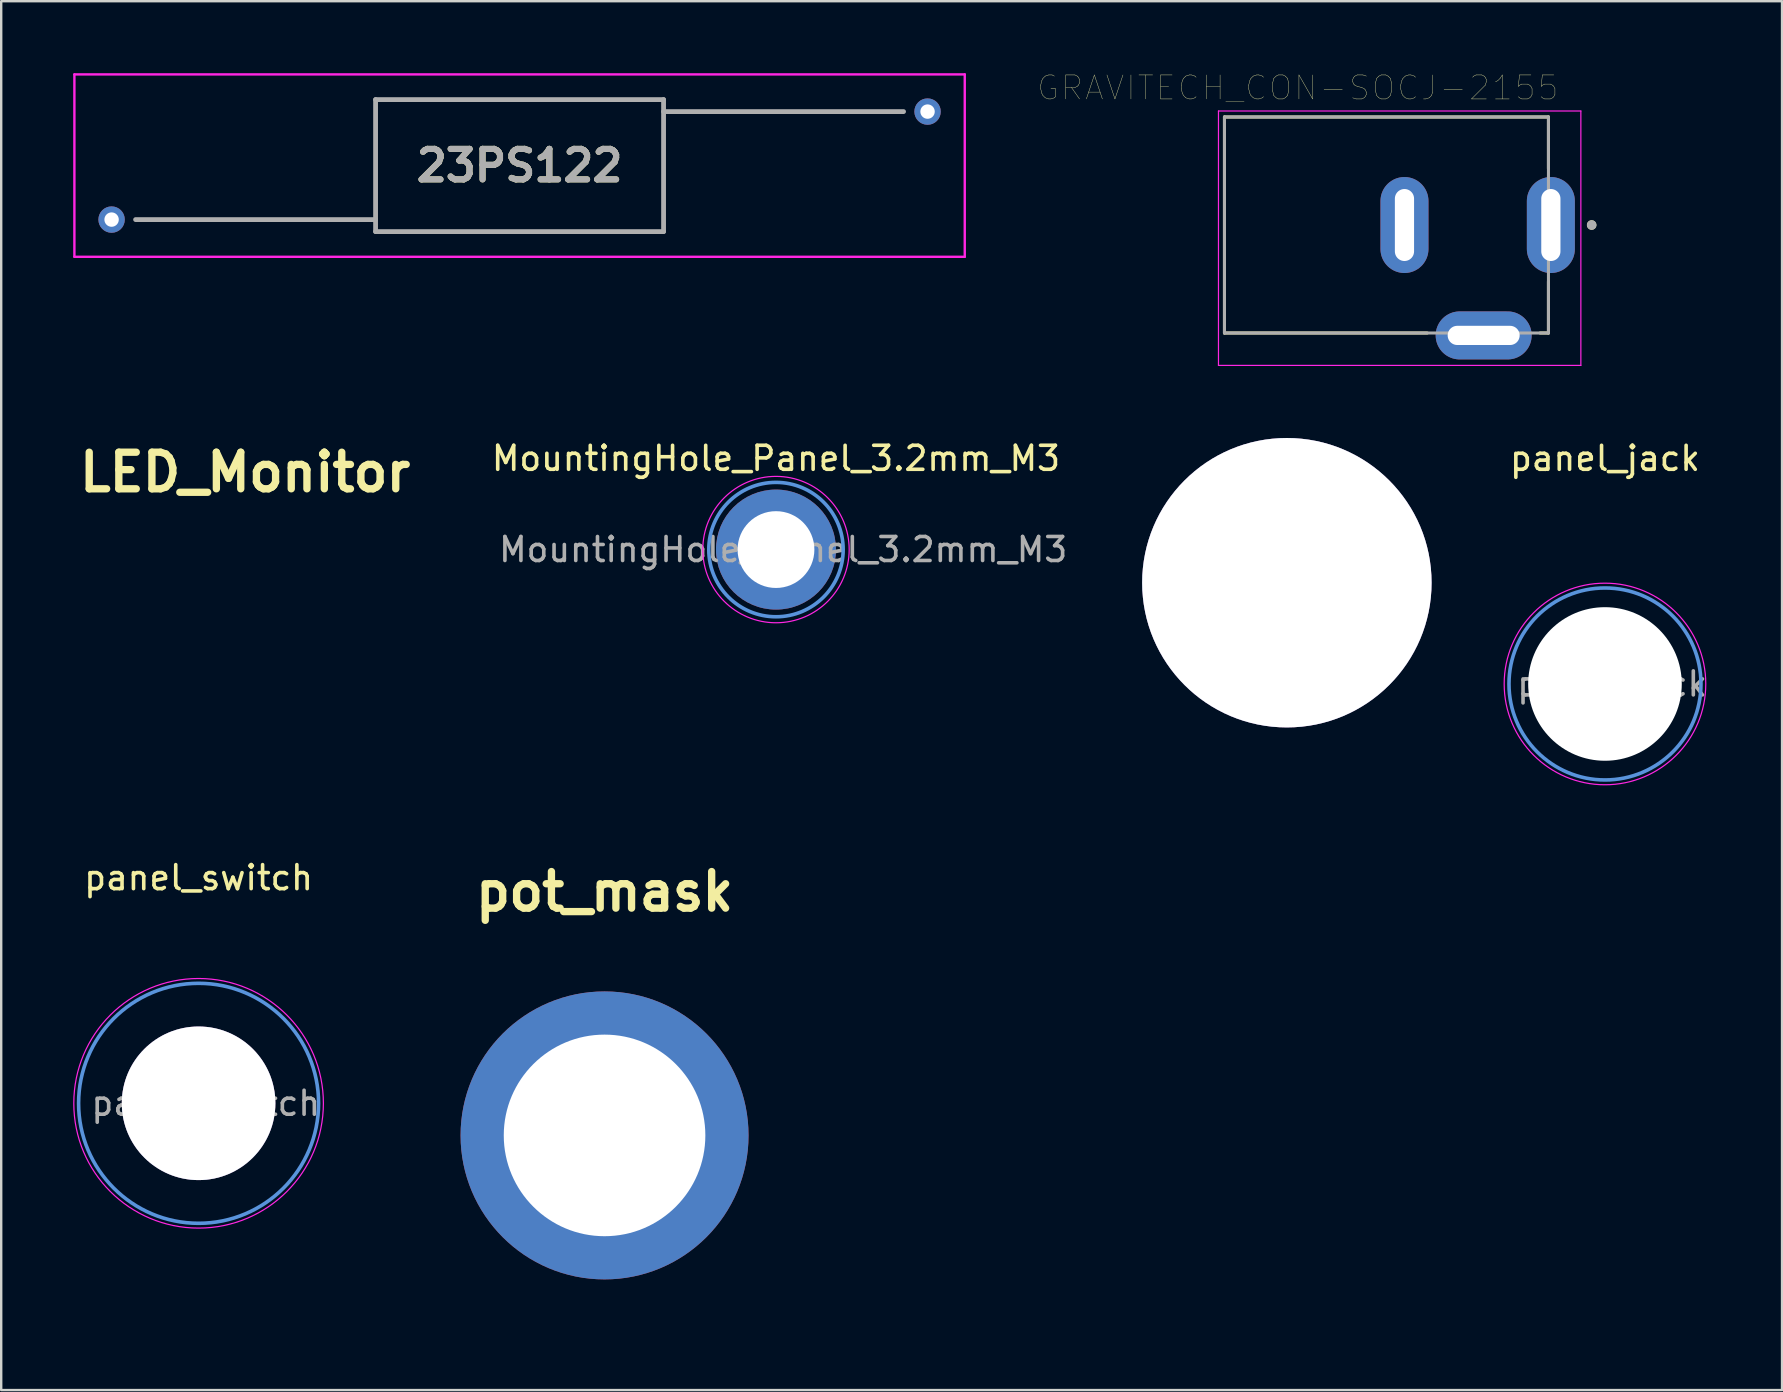
<source format=kicad_pcb>
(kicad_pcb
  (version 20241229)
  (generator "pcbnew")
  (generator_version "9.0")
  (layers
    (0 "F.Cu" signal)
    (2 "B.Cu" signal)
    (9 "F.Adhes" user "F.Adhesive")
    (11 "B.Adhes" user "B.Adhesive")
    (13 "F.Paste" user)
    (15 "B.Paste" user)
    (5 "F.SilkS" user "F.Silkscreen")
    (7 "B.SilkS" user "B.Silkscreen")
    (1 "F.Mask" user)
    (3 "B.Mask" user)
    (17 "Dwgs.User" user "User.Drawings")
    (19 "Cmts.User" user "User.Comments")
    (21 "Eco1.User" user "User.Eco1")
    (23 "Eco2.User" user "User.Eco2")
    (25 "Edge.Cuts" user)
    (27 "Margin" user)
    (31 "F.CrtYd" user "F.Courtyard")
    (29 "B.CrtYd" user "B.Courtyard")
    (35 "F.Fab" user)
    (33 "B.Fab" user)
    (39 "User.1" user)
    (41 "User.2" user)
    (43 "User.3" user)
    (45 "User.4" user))
  (footprint "panel_switch"
    (layer "F.Cu")
    (at 5.225 42.923)
    (property "Reference" "panel_switch" (at 0 -9.4 0) (layer "F.SilkS") (effects (font (size 1 1) (thickness 0.15))))
    (attr exclude_from_pos_files exclude_from_bom)
    (fp_circle (center 0 0) (end 5 0) (stroke (width 0.15) (type solid)) (fill no) (layer "Cmts.User"))
    (fp_circle (center 0 0) (end 5.2 0) (stroke (width 0.05) (type solid)) (fill no) (layer "F.CrtYd"))
    (fp_text user "${REFERENCE}" (at 0.3 0 0) (layer "F.Fab") (effects (font (size 1 1) (thickness 0.15))))
    (pad "" thru_hole circle (at 0 0) (size 6.4 6.4) (drill 6.4) (layers "*.Cu" "*.Mask")))
  (footprint "MountingHole_Panel_3.2mm_M3"
    (layer "F.Cu")
    (at 29.284 19.85)
    (property "Reference" "MountingHole_Panel_3.2mm_M3" (at 0 -3.8 0) (layer "F.SilkS") (effects (font (size 1 1) (thickness 0.15))))
    (attr exclude_from_pos_files exclude_from_bom)
    (fp_circle (center 0 0) (end 2.8 0) (stroke (width 0.15) (type solid)) (fill no) (layer "Cmts.User"))
    (fp_circle (center 0 0) (end 3.05 0) (stroke (width 0.05) (type solid)) (fill no) (layer "F.CrtYd"))
    (fp_text user "${REFERENCE}" (at 0.3 0 0) (layer "F.Fab") (effects (font (size 1 1) (thickness 0.15))))
    (pad "1" thru_hole circle (at 0 0) (size 3.6 3.6) (drill 3.2) (layers "*.Cu" "*.Mask"))
    (pad "1" connect circle (at 0 0) (size 5 5) (layers "F.Cu" "F.Mask"))
    (pad "1" connect circle (at 0 0) (size 5 5) (layers "B.Cu" "B.Mask")))
  (footprint "23PS122"
    (layer "F.Cu")
    (at 1.6 6.1)
    (property "Reference" "23PS122" (at 17 -2.25 0) (layer "F.SilkS") (effects (font (size 1.27 1.27) (thickness 0.254))))
    (attr through_hole)
    (fp_line (start 1 0) (end 11 0) (stroke (width 0.1) (type solid)) (layer "F.SilkS"))
    (fp_line (start 11 -5) (end 23 -5) (stroke (width 0.1) (type solid)) (layer "F.SilkS"))
    (fp_line (start 11 0.5) (end 11 -5) (stroke (width 0.1) (type solid)) (layer "F.SilkS"))
    (fp_line (start 23 -5) (end 23 0.5) (stroke (width 0.1) (type solid)) (layer "F.SilkS"))
    (fp_line (start 23 -4.5) (end 33 -4.5) (stroke (width 0.1) (type solid)) (layer "F.SilkS"))
    (fp_line (start 23 0.5) (end 11 0.5) (stroke (width 0.1) (type solid)) (layer "F.SilkS"))
    (fp_line (start -1.55 -6.05) (end 35.55 -6.05) (stroke (width 0.1) (type solid)) (layer "F.CrtYd"))
    (fp_line (start -1.55 1.55) (end -1.55 -6.05) (stroke (width 0.1) (type solid)) (layer "F.CrtYd"))
    (fp_line (start 35.55 -6.05) (end 35.55 1.55) (stroke (width 0.1) (type solid)) (layer "F.CrtYd"))
    (fp_line (start 35.55 1.55) (end -1.55 1.55) (stroke (width 0.1) (type solid)) (layer "F.CrtYd"))
    (fp_line (start 1 0) (end 11 0) (stroke (width 0.2) (type solid)) (layer "F.Fab"))
    (fp_line (start 11 -5) (end 23 -5) (stroke (width 0.2) (type solid)) (layer "F.Fab"))
    (fp_line (start 11 0.5) (end 11 -5) (stroke (width 0.2) (type solid)) (layer "F.Fab"))
    (fp_line (start 23 -5) (end 23 0.5) (stroke (width 0.2) (type solid)) (layer "F.Fab"))
    (fp_line (start 23 -4.5) (end 33 -4.5) (stroke (width 0.2) (type solid)) (layer "F.Fab"))
    (fp_line (start 23 0.5) (end 11 0.5) (stroke (width 0.2) (type solid)) (layer "F.Fab"))
    (fp_text user "${REFERENCE}" (at 17 -2.25 0) (layer "F.Fab") (effects (font (size 1.27 1.27) (thickness 0.254))))
    (pad "1" thru_hole circle (at 0 0) (size 1.1 1.1) (drill 0.6) (layers "*.Cu" "*.Mask"))
    (pad "2" thru_hole circle (at 34 -4.5) (size 1.1 1.1) (drill 0.6) (layers "*.Cu" "*.Mask")))
  (footprint "panel_banana"
    (layer "F.Cu")
    (at 50.572 21.231)
    (property "Reference" "panel_banana" (at 0 0.5 0) (layer "F.SilkS") (effects (font (size 1 1) (thickness 0.15))))
    (attr through_hole)
    (pad "1" thru_hole circle (at 0 0) (size 12.06 12.06) (drill 12.06) (layers "*.Cu" "*.Mask")))
  (footprint "panel_jack"
    (layer "F.Cu")
    (at 63.827 25.45)
    (property "Reference" "panel_jack" (at 0 -9.4 0) (layer "F.SilkS") (effects (font (size 1 1) (thickness 0.15))))
    (attr exclude_from_pos_files exclude_from_bom)
    (fp_circle (center 0 0) (end 4 0) (stroke (width 0.15) (type solid)) (fill no) (layer "Cmts.User"))
    (fp_circle (center 0 0) (end 4.2 0) (stroke (width 0.05) (type solid)) (fill no) (layer "F.CrtYd"))
    (fp_text user "${REFERENCE}" (at 0.3 0 0) (layer "F.Fab") (effects (font (size 1 1) (thickness 0.15))))
    (pad "" np_thru_hole circle (at 0 0) (size 6.4 6.4) (drill 6.4) (layers "*.Cu" "*.Mask")))
  (footprint "GRAVITECH_CON-SOCJ-2155"
    (layer "F.Cu")
    (at 55.472 6.326)
    (property "Reference" "GRAVITECH_CON-SOCJ-2155" (at -4.445 -5.715 0) (layer "F.SilkS") (effects (font (size 1 1) (thickness 0.015))))
    (attr through_hole)
    (fp_line (start -7.5 -4.5) (end 6 -4.5) (stroke (width 0.127) (type solid)) (layer "F.SilkS"))
    (fp_line (start -7.5 4.5) (end -7.5 -4.5) (stroke (width 0.127) (type solid)) (layer "F.SilkS"))
    (fp_line (start 0.95 4.5) (end -7.5 4.5) (stroke (width 0.127) (type solid)) (layer "F.SilkS"))
    (fp_line (start 6 -4.5) (end 6 -2.35) (stroke (width 0.127) (type solid)) (layer "F.SilkS"))
    (fp_line (start 6 2.35) (end 6 4.5) (stroke (width 0.127) (type solid)) (layer "F.SilkS"))
    (fp_line (start 6 4.5) (end 5.65 4.5) (stroke (width 0.127) (type solid)) (layer "F.SilkS"))
    (fp_circle (center 7.8 0) (end 7.9 0) (stroke (width 0.2) (type solid)) (fill no) (layer "F.SilkS"))
    (fp_line (start -7.75 -4.75) (end 7.35 -4.75) (stroke (width 0.05) (type solid)) (layer "F.CrtYd"))
    (fp_line (start -7.75 5.85) (end -7.75 -4.75) (stroke (width 0.05) (type solid)) (layer "F.CrtYd"))
    (fp_line (start 7.35 -4.75) (end 7.35 5.85) (stroke (width 0.05) (type solid)) (layer "F.CrtYd"))
    (fp_line (start 7.35 5.85) (end -7.75 5.85) (stroke (width 0.05) (type solid)) (layer "F.CrtYd"))
    (fp_line (start -7.5 -4.5) (end 6 -4.5) (stroke (width 0.127) (type solid)) (layer "F.Fab"))
    (fp_line (start -7.5 4.5) (end -7.5 -4.5) (stroke (width 0.127) (type solid)) (layer "F.Fab"))
    (fp_line (start 6 -4.5) (end 6 4.5) (stroke (width 0.127) (type solid)) (layer "F.Fab"))
    (fp_line (start 6 4.5) (end -7.5 4.5) (stroke (width 0.127) (type solid)) (layer "F.Fab"))
    (fp_circle (center 7.8 0) (end 7.9 0) (stroke (width 0.2) (type solid)) (fill no) (layer "F.Fab"))
    (pad "1" thru_hole oval (at 6.1 0) (size 2 4) (drill oval 0.8 3) (layers "*.Cu" "*.Mask"))
    (pad "2" thru_hole oval (at 3.3 4.6) (size 4 2) (drill oval 3 0.8) (layers "*.Cu" "*.Mask"))
    (pad "3" thru_hole oval (at 0 0) (size 2 4) (drill oval 0.8 3) (layers "*.Cu" "*.Mask")))
  (footprint "LED_Monitor"
    (layer "F.Cu")
    (at 7.163 21.683)
    (property "Reference" "LED_Monitor" (at 0 -5.055 0) (layer "F.SilkS") (effects (font (size 1.524 1.524) (thickness 0.305))))
    (attr smd)
    (fp_circle (center 0 0) (end 1 0) (stroke (width 2) (type solid)) (fill no) (layer "F.Mask"))
    (fp_circle (center 0 0) (end 1 0) (stroke (width 2) (type solid)) (fill no) (layer "B.Mask")))
  (footprint "pot_mask"
    (layer "F.Cu")
    (at 22.141 44.261)
    (property "Reference" "pot_mask" (at 0 -10.16 0) (layer "F.SilkS") (effects (font (size 1.524 1.524) (thickness 0.305))))
    (attr smd)
    (fp_arc (start -4.127173 7.075527) (mid 0.036473 -8.191173) (end 4.064 7.112) (stroke (width 1) (type solid)) (layer "F.Mask"))
    (pad "" np_thru_hole circle (at 0 0) (size 12 12) (drill 8.4) (layers "*.Cu" "*.Mask")))
  (gr_rect
    (start -3 -3)
    (end 71.205 54.873)
    (stroke (width 0.1) (type default))
    (fill no)
    (layer "Edge.Cuts")))
</source>
